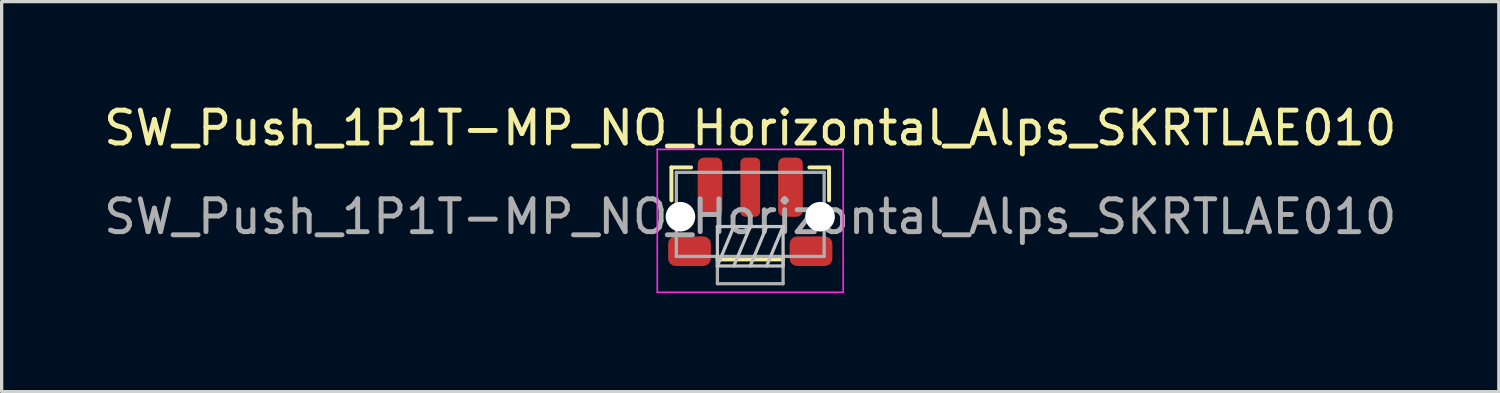
<source format=kicad_pcb>
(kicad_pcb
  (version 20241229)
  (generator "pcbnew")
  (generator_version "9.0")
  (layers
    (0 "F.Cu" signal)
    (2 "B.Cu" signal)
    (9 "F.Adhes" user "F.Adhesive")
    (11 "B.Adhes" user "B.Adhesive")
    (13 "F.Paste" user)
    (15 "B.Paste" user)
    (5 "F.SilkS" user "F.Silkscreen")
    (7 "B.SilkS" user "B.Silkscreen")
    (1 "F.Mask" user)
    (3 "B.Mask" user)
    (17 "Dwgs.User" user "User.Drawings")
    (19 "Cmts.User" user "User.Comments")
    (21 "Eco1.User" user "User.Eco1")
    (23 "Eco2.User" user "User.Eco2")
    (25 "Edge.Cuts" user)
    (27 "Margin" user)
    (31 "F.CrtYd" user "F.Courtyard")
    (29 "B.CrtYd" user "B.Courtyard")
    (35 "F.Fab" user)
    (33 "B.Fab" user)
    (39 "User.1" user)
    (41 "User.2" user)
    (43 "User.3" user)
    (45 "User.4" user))
  (footprint "SW_Push_1P1T-MP_NO_Horizontal_Alps_SKRTLAE010"
    (layer "F.Cu")
    (at 19.792 3.548)
    (property "Reference" "SW_Push_1P1T-MP_NO_Horizontal_Alps_SKRTLAE010" (at 0 -2.7 180) (layer "F.SilkS") (effects (font (size 1 1) (thickness 0.15))))
    (attr smd)
    (fp_line (start -2.4 -1.5) (end -2.4 -0.5) (stroke (width 0.12) (type solid)) (layer "F.SilkS"))
    (fp_line (start -1.8 -1.5) (end -2.4 -1.5) (stroke (width 0.12) (type solid)) (layer "F.SilkS"))
    (fp_line (start -1 1.3) (end 1 1.3) (stroke (width 0.12) (type solid)) (layer "F.SilkS"))
    (fp_line (start 1.8 -1.5) (end 2.4 -1.5) (stroke (width 0.12) (type solid)) (layer "F.SilkS"))
    (fp_line (start 2.4 -1.5) (end 2.4 -0.5) (stroke (width 0.12) (type solid)) (layer "F.SilkS"))
    (fp_line (start -1 0.3) (end -1 1.5) (stroke (width 0.1) (type solid)) (layer "Dwgs.User"))
    (fp_line (start -1 1.5) (end -0.5 0.3) (stroke (width 0.1) (type solid)) (layer "Dwgs.User"))
    (fp_line (start -1 1.5) (end 1 1.5) (stroke (width 0.1) (type solid)) (layer "Dwgs.User"))
    (fp_line (start -0.5 1.5) (end 0 0.3) (stroke (width 0.1) (type solid)) (layer "Dwgs.User"))
    (fp_line (start 0 1.5) (end 0.5 0.3) (stroke (width 0.1) (type solid)) (layer "Dwgs.User"))
    (fp_line (start 0.5 1.5) (end 1 0.3) (stroke (width 0.1) (type solid)) (layer "Dwgs.User"))
    (fp_line (start 1 0.3) (end -1 0.3) (stroke (width 0.1) (type solid)) (layer "Dwgs.User"))
    (fp_line (start 1 1.5) (end 1 0.3) (stroke (width 0.1) (type solid)) (layer "Dwgs.User"))
    (fp_line (start -2.83 -2.05) (end -2.83 2.3) (stroke (width 0.05) (type solid)) (layer "F.CrtYd"))
    (fp_line (start -2.83 -2.05) (end 2.83 -2.05) (stroke (width 0.05) (type solid)) (layer "F.CrtYd"))
    (fp_line (start -2.83 2.3) (end 2.83 2.3) (stroke (width 0.05) (type solid)) (layer "F.CrtYd"))
    (fp_line (start 2.83 -2.05) (end 2.83 2.3) (stroke (width 0.05) (type solid)) (layer "F.CrtYd"))
    (fp_line (start -2.25 -1.35) (end -2.25 1.21) (stroke (width 0.1) (type solid)) (layer "F.Fab"))
    (fp_line (start -2.25 -1.35) (end 2.25 -1.35) (stroke (width 0.1) (type solid)) (layer "F.Fab"))
    (fp_line (start -2.25 1.21) (end 2.25 1.21) (stroke (width 0.1) (type solid)) (layer "F.Fab"))
    (fp_line (start -1 2.04) (end -1 1.21) (stroke (width 0.1) (type solid)) (layer "F.Fab"))
    (fp_line (start -1 2.04) (end 1 2.04) (stroke (width 0.1) (type solid)) (layer "F.Fab"))
    (fp_line (start 1 2.04) (end 1 1.21) (stroke (width 0.1) (type solid)) (layer "F.Fab"))
    (fp_line (start 2.25 -1.35) (end 2.25 1.21) (stroke (width 0.1) (type solid)) (layer "F.Fab"))
    (fp_text user "${REFERENCE}" (at 0 0 0) (layer "F.Fab") (effects (font (size 1 1) (thickness 0.15))))
    (pad "" np_thru_hole circle (at -2.125 0) (size 0.9 0.9) (drill 0.9) (layers "*.Cu" "*.Mask"))
    (pad "" np_thru_hole circle (at 2.125 0) (size 0.9 0.9) (drill 0.9) (layers "*.Cu" "*.Mask"))
    (pad "1" smd roundrect (at 1.225 -0.9) (size 0.75 1.8) (layers "F.Cu" "F.Mask" "F.Paste") (roundrect_rratio 0.25))
    (pad "2" smd roundrect (at 0 -0.9) (size 0.6 1.8) (layers "F.Cu" "F.Mask" "F.Paste") (roundrect_rratio 0.25))
    (pad "3" smd roundrect (at -1.225 -0.9) (size 0.75 1.8) (layers "F.Cu" "F.Mask" "F.Paste") (roundrect_rratio 0.25))
    (pad "MP" smd roundrect (at -1.85 1.05) (size 1.3 0.9) (layers "F.Cu" "F.Mask" "F.Paste") (roundrect_rratio 0.25))
    (pad "MP" smd roundrect (at 1.85 1.05) (size 1.3 0.9) (layers "F.Cu" "F.Mask" "F.Paste") (roundrect_rratio 0.25)))
  (gr_rect
    (start -3 -3)
    (end 42.583 8.873)
    (stroke (width 0.1) (type default))
    (fill no)
    (layer "Edge.Cuts")))
</source>
